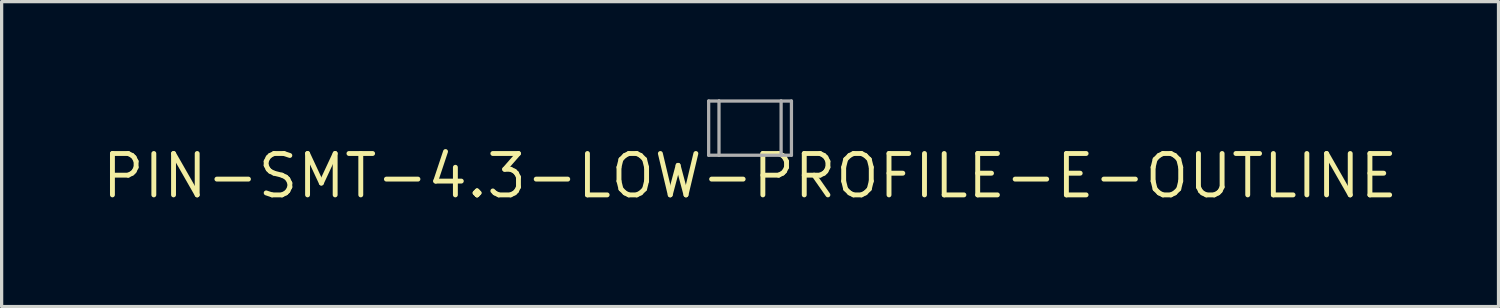
<source format=kicad_pcb>
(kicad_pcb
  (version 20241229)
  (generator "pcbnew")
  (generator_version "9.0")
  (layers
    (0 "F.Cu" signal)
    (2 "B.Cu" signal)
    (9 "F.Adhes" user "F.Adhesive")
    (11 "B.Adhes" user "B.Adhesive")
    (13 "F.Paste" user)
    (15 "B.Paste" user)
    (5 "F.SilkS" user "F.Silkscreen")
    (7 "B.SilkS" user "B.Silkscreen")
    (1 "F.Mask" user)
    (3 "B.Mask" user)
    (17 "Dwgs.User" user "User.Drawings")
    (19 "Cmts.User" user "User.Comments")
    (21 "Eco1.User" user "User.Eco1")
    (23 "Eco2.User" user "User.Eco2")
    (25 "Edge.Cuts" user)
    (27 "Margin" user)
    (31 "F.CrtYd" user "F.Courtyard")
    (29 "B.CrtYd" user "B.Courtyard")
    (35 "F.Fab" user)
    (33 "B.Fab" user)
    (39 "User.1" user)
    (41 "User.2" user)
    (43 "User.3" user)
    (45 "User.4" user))
  (footprint "PIN-SMT-4.3-LOW-PROFILE-E-OUTLINE"
    (layer "F.Cu")
    (at 19.964 2.35)
    (property "Reference" "PIN-SMT-4.3-LOW-PROFILE-E-OUTLINE" (at 0 0 0) (unlocked yes) (layer "F.SilkS") (effects (font (size 1.27 1.27) (thickness 0.15))))
    (fp_line (start -1.27 -2.3) (end -0.953 -2.3) (stroke (width 0.1) (type solid)) (layer "F.Fab"))
    (fp_line (start -1.27 -0.637) (end -1.27 -2.3) (stroke (width 0.1) (type solid)) (layer "F.Fab"))
    (fp_line (start -1.27 -0.637) (end -0.953 -0.637) (stroke (width 0.1) (type solid)) (layer "F.Fab"))
    (fp_line (start -0.953 -2.3) (end 0.953 -2.3) (stroke (width 0.1) (type solid)) (layer "F.Fab"))
    (fp_line (start -0.953 -0.637) (end -0.953 -2.3) (stroke (width 0.1) (type solid)) (layer "F.Fab"))
    (fp_line (start 0.953 -2.3) (end 1.27 -2.3) (stroke (width 0.1) (type solid)) (layer "F.Fab"))
    (fp_line (start 0.953 -0.637) (end -0.953 -0.637) (stroke (width 0.1) (type solid)) (layer "F.Fab"))
    (fp_line (start 0.953 -0.637) (end 0.953 -2.3) (stroke (width 0.1) (type solid)) (layer "F.Fab"))
    (fp_line (start 1.27 -2.3) (end 1.27 -0.637) (stroke (width 0.1) (type solid)) (layer "F.Fab"))
    (fp_line (start 1.27 -0.637) (end 0.953 -0.637) (stroke (width 0.1) (type solid)) (layer "F.Fab")))
  (gr_rect
    (start -3 -3)
    (end 42.929 6.356)
    (stroke (width 0.1) (type default))
    (fill no)
    (layer "Edge.Cuts")))
</source>
